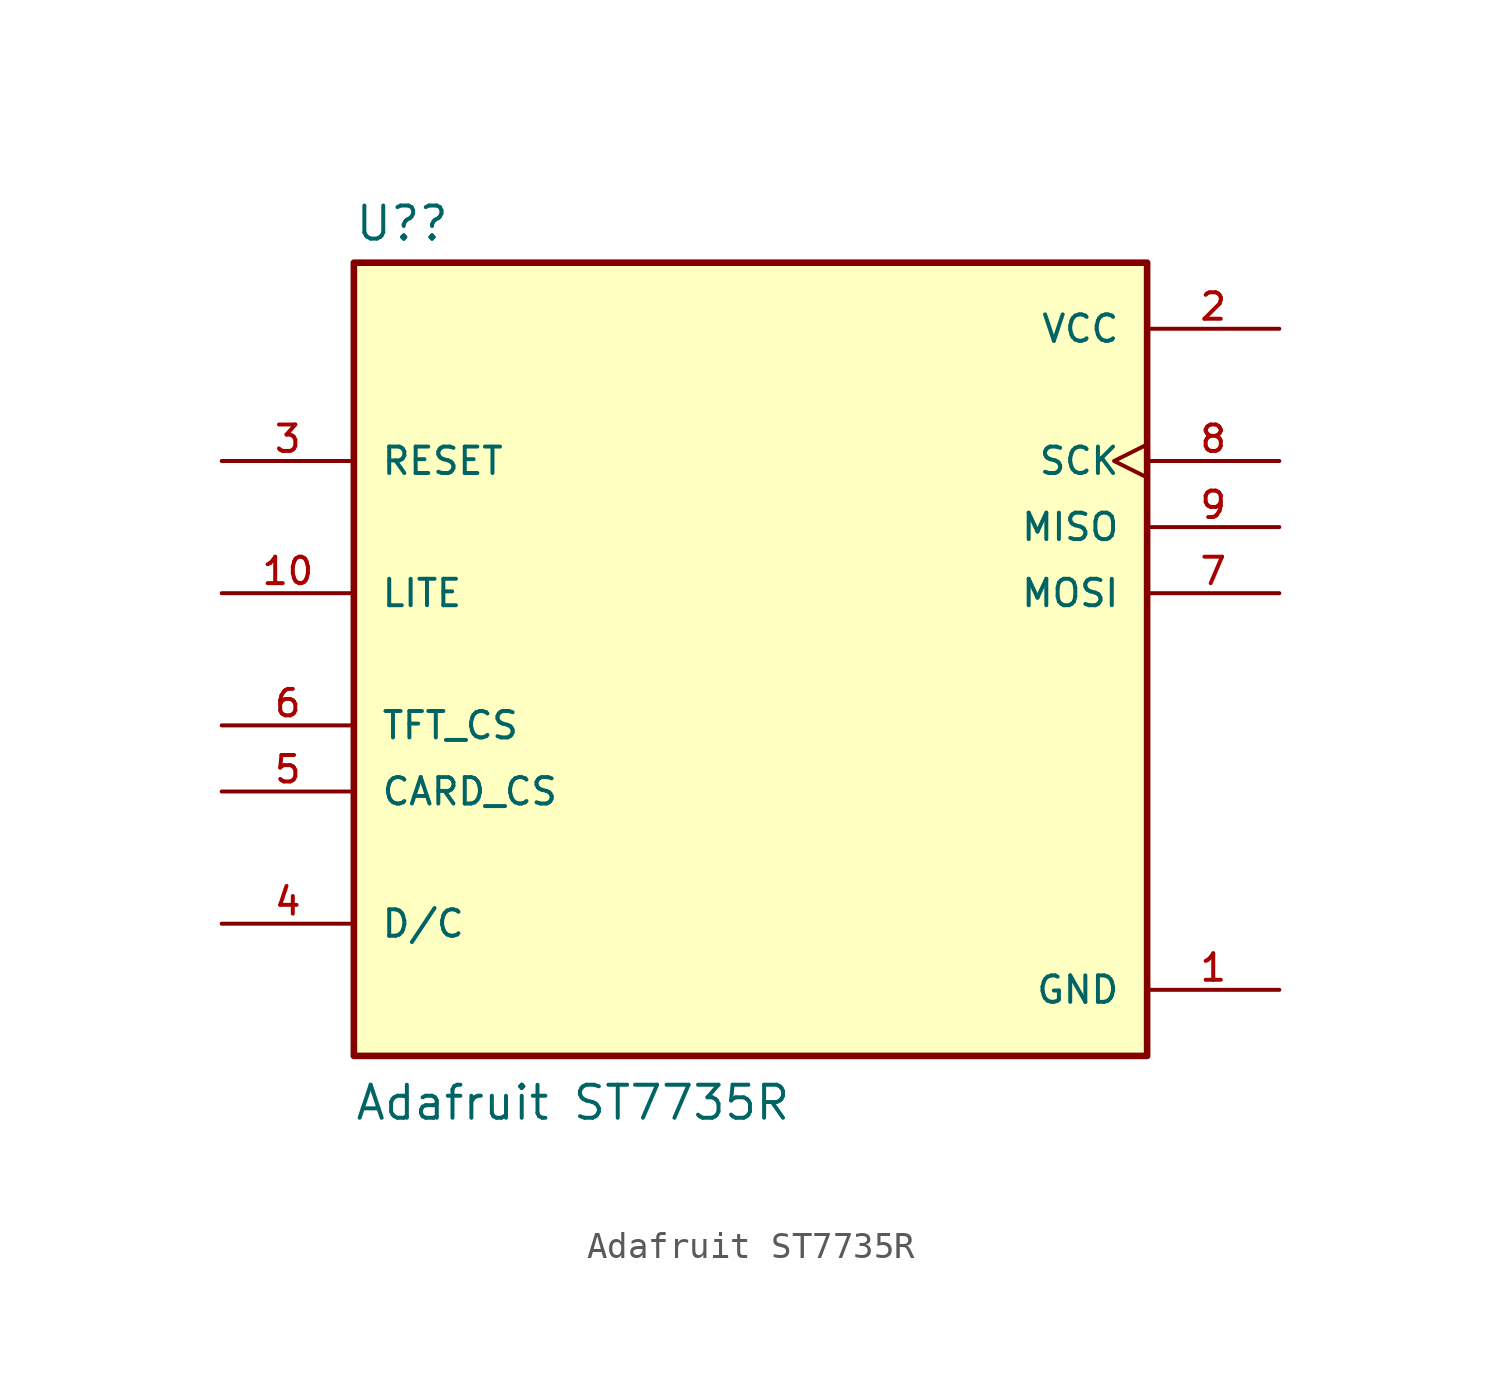
<source format=kicad_sym>
(kicad_symbol_lib
  (version 20220914)
  (generator kicad_symbol_editor)
  (symbol "Adafruit ST7735R"
    (pin_names
      (offset 1.016))
    (property "Reference" "U?"
      (at -15.24 16.002 0)
      (effects (font (size 1.27 1.27)) (justify left bottom)))
    (property "Value" "Adafruit ST7735R"
      (at -15.24 -17.78 0)
      (effects (font (size 1.27 1.27)) (justify left bottom)))
    (symbol "Adafruit ST7735R_0_0"
      (rectangle (start -15.24 -15.24) (end 15.24 15.24) (stroke (width 0.254) (type default)) (fill (type background))))
    (symbol "Adafruit ST7735R_1_0"
      (pin power_in line (at 20.32 -12.7 180) (length 5.08) (name "GND" (effects (font (size 1.016 1.016)))) (number "1" (effects (font (size 1.016 1.016)))))
      (pin input line (at -20.32 2.54 0) (length 5.08) (name "LITE" (effects (font (size 1.016 1.016)))) (number "10" (effects (font (size 1.016 1.016)))))
      (pin power_in line (at 20.32 12.7 180) (length 5.08) (name "VCC" (effects (font (size 1.016 1.016)))) (number "2" (effects (font (size 1.016 1.016)))))
      (pin input line (at -20.32 7.62 0) (length 5.08) (name "RESET" (effects (font (size 1.016 1.016)))) (number "3" (effects (font (size 1.016 1.016)))))
      (pin input line (at -20.32 -10.16 0) (length 5.08) (name "D/C" (effects (font (size 1.016 1.016)))) (number "4" (effects (font (size 1.016 1.016)))))
      (pin input line (at -20.32 -5.08 0) (length 5.08) (name "CARD_CS" (effects (font (size 1.016 1.016)))) (number "5" (effects (font (size 1.016 1.016)))))
      (pin input line (at -20.32 -2.54 0) (length 5.08) (name "TFT_CS" (effects (font (size 1.016 1.016)))) (number "6" (effects (font (size 1.016 1.016)))))
      (pin input line (at 20.32 2.54 180) (length 5.08) (name "MOSI" (effects (font (size 1.016 1.016)))) (number "7" (effects (font (size 1.016 1.016)))))
      (pin input clock (at 20.32 7.62 180) (length 5.08) (name "SCK" (effects (font (size 1.016 1.016)))) (number "8" (effects (font (size 1.016 1.016)))))
      (pin output line (at 20.32 5.08 180) (length 5.08) (name "MISO" (effects (font (size 1.016 1.016)))) (number "9" (effects (font (size 1.016 1.016))))))))
</source>
